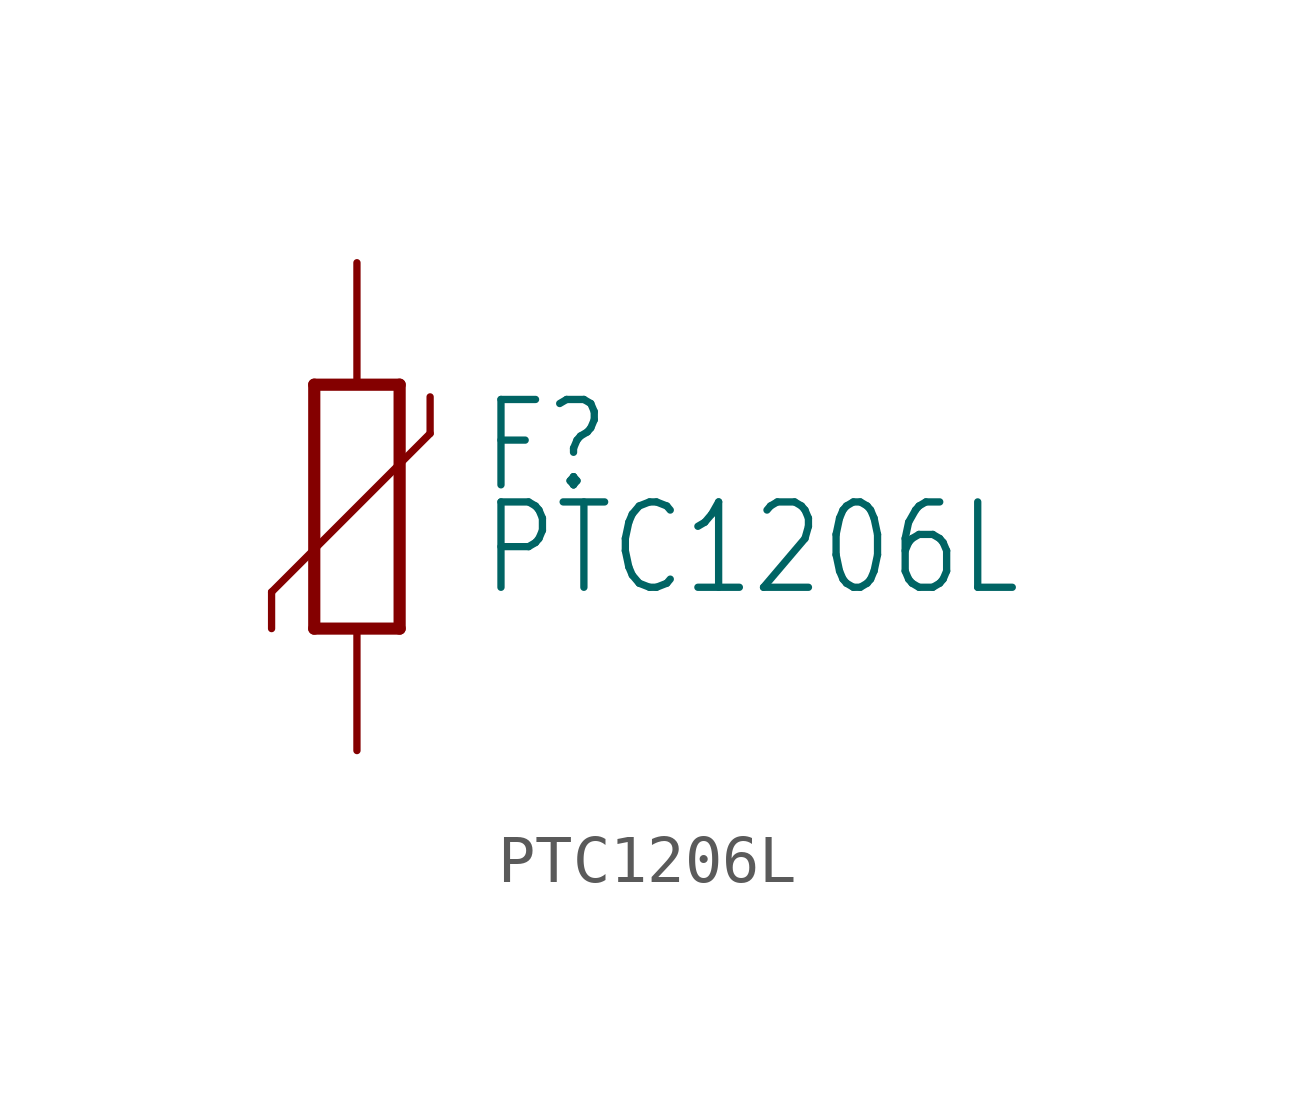
<source format=kicad_sym>
(kicad_symbol_lib
  (version 20211014)
  (generator kicad_symbol_editor)
  (symbol "PTC1206L"
    (property "Reference" "F"
      (at 2.54 0.229 0)
      (effects (font (size 1.778 1.511)) (justify left bottom)))
    (property "Value" "PTC1206L"
      (at 2.54 -1.905 0)
      (effects (font (size 1.778 1.511)) (justify left bottom)))
    (property "ki_locked" ""
      (at 0 0 0)
      (effects (font (size 1.27 1.27))))
    (symbol "PTC1206L_1_0"
      (polyline (pts (xy -1.778 -1.778) (xy -1.778 -2.54)) (stroke (width 0.152) (type default) (color 0 0 0 0)) (fill (type none)))
      (polyline (pts (xy -0.889 2.54) (xy -0.889 -2.54)) (stroke (width 0.254) (type default) (color 0 0 0 0)) (fill (type none)))
      (polyline (pts (xy 0.889 -2.54) (xy -0.889 -2.54)) (stroke (width 0.254) (type default) (color 0 0 0 0)) (fill (type none)))
      (polyline (pts (xy 0.889 -2.54) (xy 0.889 2.54)) (stroke (width 0.254) (type default) (color 0 0 0 0)) (fill (type none)))
      (polyline (pts (xy 0.889 2.54) (xy -0.889 2.54)) (stroke (width 0.254) (type default) (color 0 0 0 0)) (fill (type none)))
      (polyline (pts (xy 1.524 1.524) (xy -1.778 -1.778)) (stroke (width 0.152) (type default) (color 0 0 0 0)) (fill (type none)))
      (polyline (pts (xy 1.524 2.286) (xy 1.524 1.524)) (stroke (width 0.152) (type default) (color 0 0 0 0)) (fill (type none)))
      (pin passive line (at 0 -5.08 90) (length 2.54) (name "1" (effects (font (size 0 0)))) (number "1" (effects (font (size 0 0)))))
      (pin passive line (at 0 5.08 270) (length 2.54) (name "2" (effects (font (size 0 0)))) (number "2" (effects (font (size 0 0))))))))
</source>
